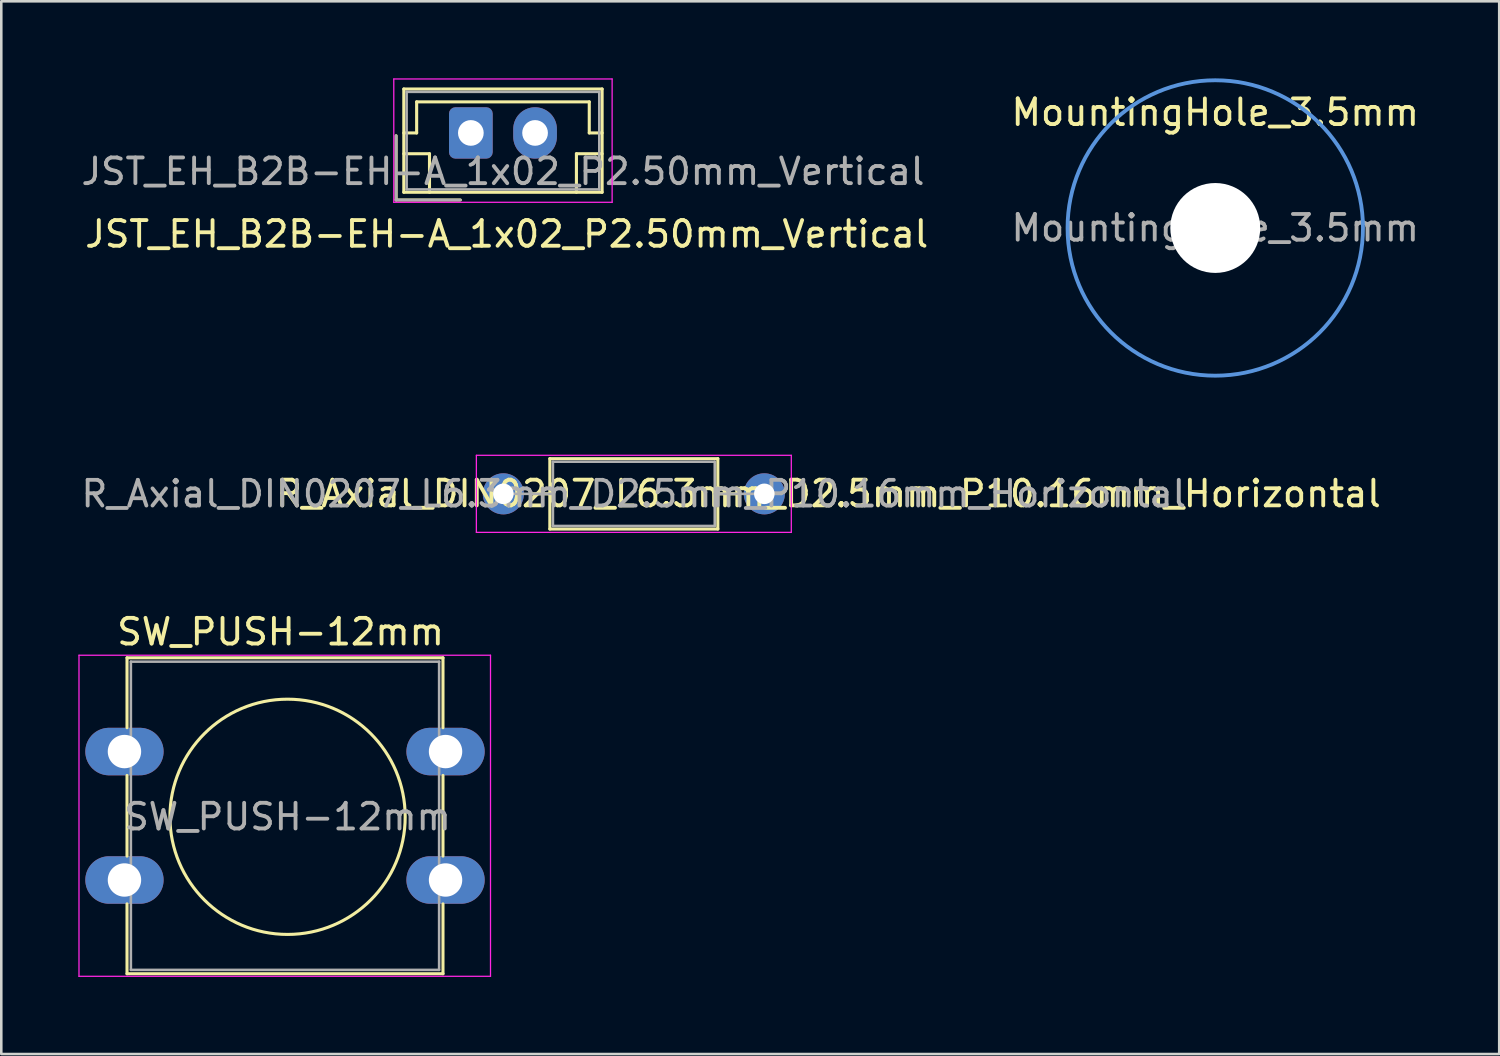
<source format=kicad_pcb>
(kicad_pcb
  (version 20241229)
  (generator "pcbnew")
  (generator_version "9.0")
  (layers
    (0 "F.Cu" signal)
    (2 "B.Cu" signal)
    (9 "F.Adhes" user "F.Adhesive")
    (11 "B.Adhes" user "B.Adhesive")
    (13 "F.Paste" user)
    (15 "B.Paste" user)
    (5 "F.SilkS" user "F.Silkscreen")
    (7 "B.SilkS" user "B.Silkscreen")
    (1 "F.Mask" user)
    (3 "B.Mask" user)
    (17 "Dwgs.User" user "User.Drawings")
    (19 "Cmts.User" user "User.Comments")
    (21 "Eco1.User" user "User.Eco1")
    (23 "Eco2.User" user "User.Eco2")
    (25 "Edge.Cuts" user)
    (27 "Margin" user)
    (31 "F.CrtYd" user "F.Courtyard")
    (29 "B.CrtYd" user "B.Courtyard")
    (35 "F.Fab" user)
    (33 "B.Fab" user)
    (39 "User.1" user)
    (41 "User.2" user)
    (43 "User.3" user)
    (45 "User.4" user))
  (footprint "JST_EH_B2B-EH-A_1x02_P2.50mm_Vertical"
    (layer "F.Cu")
    (at 15.28 2.125)
    (property "Reference" "JST_EH_B2B-EH-A_1x02_P2.50mm_Vertical" (at 1.397 3.937 180) (layer "F.SilkS") (effects (font (size 1 1) (thickness 0.15))))
    (attr through_hole)
    (fp_line (start -2.91 0.11) (end -2.91 2.61) (stroke (width 0.12) (type solid)) (layer "F.SilkS"))
    (fp_line (start -2.91 2.61) (end -0.41 2.61) (stroke (width 0.12) (type solid)) (layer "F.SilkS"))
    (fp_line (start -2.61 -1.71) (end -2.61 2.31) (stroke (width 0.12) (type solid)) (layer "F.SilkS"))
    (fp_line (start -2.61 0) (end -2.11 0) (stroke (width 0.12) (type solid)) (layer "F.SilkS"))
    (fp_line (start -2.61 0.81) (end -1.61 0.81) (stroke (width 0.12) (type solid)) (layer "F.SilkS"))
    (fp_line (start -2.61 2.31) (end 5.11 2.31) (stroke (width 0.12) (type solid)) (layer "F.SilkS"))
    (fp_line (start -2.11 -1.21) (end 4.61 -1.21) (stroke (width 0.12) (type solid)) (layer "F.SilkS"))
    (fp_line (start -2.11 0) (end -2.11 -1.21) (stroke (width 0.12) (type solid)) (layer "F.SilkS"))
    (fp_line (start -1.61 0.81) (end -1.61 2.31) (stroke (width 0.12) (type solid)) (layer "F.SilkS"))
    (fp_line (start 4.11 0.81) (end 4.11 2.31) (stroke (width 0.12) (type solid)) (layer "F.SilkS"))
    (fp_line (start 4.61 -1.21) (end 4.61 0) (stroke (width 0.12) (type solid)) (layer "F.SilkS"))
    (fp_line (start 4.61 0) (end 5.11 0) (stroke (width 0.12) (type solid)) (layer "F.SilkS"))
    (fp_line (start 5.11 -1.71) (end -2.61 -1.71) (stroke (width 0.12) (type solid)) (layer "F.SilkS"))
    (fp_line (start 5.11 0.81) (end 4.11 0.81) (stroke (width 0.12) (type solid)) (layer "F.SilkS"))
    (fp_line (start 5.11 2.31) (end 5.11 -1.71) (stroke (width 0.12) (type solid)) (layer "F.SilkS"))
    (fp_line (start -3 -2.1) (end -3 2.7) (stroke (width 0.05) (type solid)) (layer "F.CrtYd"))
    (fp_line (start -3 2.7) (end 5.5 2.7) (stroke (width 0.05) (type solid)) (layer "F.CrtYd"))
    (fp_line (start 5.5 -2.1) (end -3 -2.1) (stroke (width 0.05) (type solid)) (layer "F.CrtYd"))
    (fp_line (start 5.5 2.7) (end 5.5 -2.1) (stroke (width 0.05) (type solid)) (layer "F.CrtYd"))
    (fp_line (start -2.91 0.11) (end -2.91 2.61) (stroke (width 0.1) (type solid)) (layer "F.Fab"))
    (fp_line (start -2.91 2.61) (end -0.41 2.61) (stroke (width 0.1) (type solid)) (layer "F.Fab"))
    (fp_line (start -2.5 -1.6) (end -2.5 2.2) (stroke (width 0.1) (type solid)) (layer "F.Fab"))
    (fp_line (start -2.5 2.2) (end 5 2.2) (stroke (width 0.1) (type solid)) (layer "F.Fab"))
    (fp_line (start 5 -1.6) (end -2.5 -1.6) (stroke (width 0.1) (type solid)) (layer "F.Fab"))
    (fp_line (start 5 2.2) (end 5 -1.6) (stroke (width 0.1) (type solid)) (layer "F.Fab"))
    (fp_text user "${REFERENCE}" (at 1.25 1.5 180) (layer "F.Fab") (effects (font (size 1 1) (thickness 0.15))))
    (pad "1" thru_hole roundrect (at 0 0) (size 1.7 2) (drill 1) (layers "*.Cu" "*.Mask") (roundrect_rratio 0.147))
    (pad "2" thru_hole oval (at 2.5 0) (size 1.7 2) (drill 1) (layers "*.Cu" "*.Mask")))
  (footprint "MountingHole_3.5mm"
    (layer "F.Cu")
    (at 44.26 5.825)
    (property "Reference" "MountingHole_3.5mm" (at 0 -4.5 0) (layer "F.SilkS") (effects (font (size 1 1) (thickness 0.15))))
    (attr exclude_from_pos_files)
    (fp_circle (center 0 0) (end 5.75 0) (stroke (width 0.15) (type solid)) (fill no) (layer "Cmts.User"))
    (fp_circle (center 0 0) (end 5.75 0) (stroke (width 0.05) (type solid)) (fill no) (layer "F.CrtYd"))
    (fp_text user "${REFERENCE}" (at 0 0 0) (layer "F.Fab") (effects (font (size 1 1) (thickness 0.15))))
    (pad "" np_thru_hole circle (at 0 0) (size 3.5 3.5) (drill 3.5) (layers "*.Cu" "*.Mask")))
  (footprint "R_Axial_DIN0207_L6.3mm_D2.5mm_P10.16mm_Horizontal"
    (layer "F.Cu")
    (at 16.545 16.175)
    (property "Reference" "R_Axial_DIN0207_L6.3mm_D2.5mm_P10.16mm_Horizontal" (at 12.656 -0.006 0) (layer "F.SilkS") (effects (font (size 1 1) (thickness 0.15))))
    (attr through_hole)
    (fp_line (start 1.04 0) (end 1.81 0) (stroke (width 0.12) (type solid)) (layer "F.SilkS"))
    (fp_line (start 1.81 -1.37) (end 1.81 1.37) (stroke (width 0.12) (type solid)) (layer "F.SilkS"))
    (fp_line (start 1.81 1.37) (end 8.35 1.37) (stroke (width 0.12) (type solid)) (layer "F.SilkS"))
    (fp_line (start 8.35 -1.37) (end 1.81 -1.37) (stroke (width 0.12) (type solid)) (layer "F.SilkS"))
    (fp_line (start 8.35 1.37) (end 8.35 -1.37) (stroke (width 0.12) (type solid)) (layer "F.SilkS"))
    (fp_line (start 9.12 0) (end 8.35 0) (stroke (width 0.12) (type solid)) (layer "F.SilkS"))
    (fp_line (start -1.05 -1.5) (end -1.05 1.5) (stroke (width 0.05) (type solid)) (layer "F.CrtYd"))
    (fp_line (start -1.05 1.5) (end 11.21 1.5) (stroke (width 0.05) (type solid)) (layer "F.CrtYd"))
    (fp_line (start 11.21 -1.5) (end -1.05 -1.5) (stroke (width 0.05) (type solid)) (layer "F.CrtYd"))
    (fp_line (start 11.21 1.5) (end 11.21 -1.5) (stroke (width 0.05) (type solid)) (layer "F.CrtYd"))
    (fp_line (start 0 0) (end 1.93 0) (stroke (width 0.1) (type solid)) (layer "F.Fab"))
    (fp_line (start 1.93 -1.25) (end 1.93 1.25) (stroke (width 0.1) (type solid)) (layer "F.Fab"))
    (fp_line (start 1.93 1.25) (end 8.23 1.25) (stroke (width 0.1) (type solid)) (layer "F.Fab"))
    (fp_line (start 8.23 -1.25) (end 1.93 -1.25) (stroke (width 0.1) (type solid)) (layer "F.Fab"))
    (fp_line (start 8.23 1.25) (end 8.23 -1.25) (stroke (width 0.1) (type solid)) (layer "F.Fab"))
    (fp_line (start 10.16 0) (end 8.23 0) (stroke (width 0.1) (type solid)) (layer "F.Fab"))
    (fp_text user "${REFERENCE}" (at 5.08 0 0) (layer "F.Fab") (effects (font (size 1 1) (thickness 0.15))))
    (pad "1" thru_hole circle (at 0 0) (size 1.6 1.6) (drill 0.8) (layers "*.Cu" "*.Mask"))
    (pad "2" thru_hole oval (at 10.16 0) (size 1.6 1.6) (drill 0.8) (layers "*.Cu" "*.Mask")))
  (footprint "SW_PUSH-12mm"
    (layer "F.Cu")
    (at 1.795 26.208)
    (property "Reference" "SW_PUSH-12mm" (at 6.08 -4.66 0) (layer "F.SilkS") (effects (font (size 1 1) (thickness 0.15))))
    (attr through_hole)
    (fp_line (start 0.1 -3.65) (end 12.4 -3.65) (stroke (width 0.12) (type solid)) (layer "F.SilkS"))
    (fp_line (start 0.1 -0.93) (end 0.1 -3.65) (stroke (width 0.12) (type solid)) (layer "F.SilkS"))
    (fp_line (start 0.1 4.07) (end 0.1 0.93) (stroke (width 0.12) (type solid)) (layer "F.SilkS"))
    (fp_line (start 0.1 8.65) (end 0.1 5.93) (stroke (width 0.12) (type solid)) (layer "F.SilkS"))
    (fp_line (start 12.4 -3.65) (end 12.4 -0.93) (stroke (width 0.12) (type solid)) (layer "F.SilkS"))
    (fp_line (start 12.4 0.93) (end 12.4 4.07) (stroke (width 0.12) (type solid)) (layer "F.SilkS"))
    (fp_line (start 12.4 5.93) (end 12.4 8.65) (stroke (width 0.12) (type solid)) (layer "F.SilkS"))
    (fp_line (start 12.4 8.65) (end 0.1 8.65) (stroke (width 0.12) (type solid)) (layer "F.SilkS"))
    (fp_circle (center 6.35 2.54) (end 10.16 5.08) (stroke (width 0.12) (type solid)) (fill no) (layer "F.SilkS"))
    (fp_line (start -1.77 -3.75) (end -1.77 8.75) (stroke (width 0.05) (type solid)) (layer "F.CrtYd"))
    (fp_line (start -1.77 -3.75) (end 14.25 -3.75) (stroke (width 0.05) (type solid)) (layer "F.CrtYd"))
    (fp_line (start 14.25 8.75) (end -1.77 8.75) (stroke (width 0.05) (type solid)) (layer "F.CrtYd"))
    (fp_line (start 14.25 8.75) (end 14.25 -3.75) (stroke (width 0.05) (type solid)) (layer "F.CrtYd"))
    (fp_line (start 0.25 -3.5) (end 0.25 8.5) (stroke (width 0.1) (type solid)) (layer "F.Fab"))
    (fp_line (start 0.25 -3.5) (end 12.25 -3.5) (stroke (width 0.1) (type solid)) (layer "F.Fab"))
    (fp_line (start 0.25 8.5) (end 12.25 8.5) (stroke (width 0.1) (type solid)) (layer "F.Fab"))
    (fp_line (start 12.25 -3.5) (end 12.25 8.5) (stroke (width 0.1) (type solid)) (layer "F.Fab"))
    (fp_text user "${REFERENCE}" (at 6.35 2.54 0) (layer "F.Fab") (effects (font (size 1 1) (thickness 0.15))))
    (pad "1" thru_hole oval (at 0 0) (size 3.048 1.85) (drill 1.3) (layers "*.Cu" "*.Mask"))
    (pad "1" thru_hole oval (at 12.5 0) (size 3.048 1.85) (drill 1.3) (layers "*.Cu" "*.Mask"))
    (pad "2" thru_hole oval (at 0 5) (size 3.048 1.85) (drill 1.3) (layers "*.Cu" "*.Mask"))
    (pad "2" thru_hole oval (at 12.5 5) (size 3.048 1.85) (drill 1.3) (layers "*.Cu" "*.Mask")))
  (gr_rect
    (start -3 -3)
    (end 55.314 37.983)
    (stroke (width 0.1) (type default))
    (fill no)
    (layer "Edge.Cuts")))
</source>
